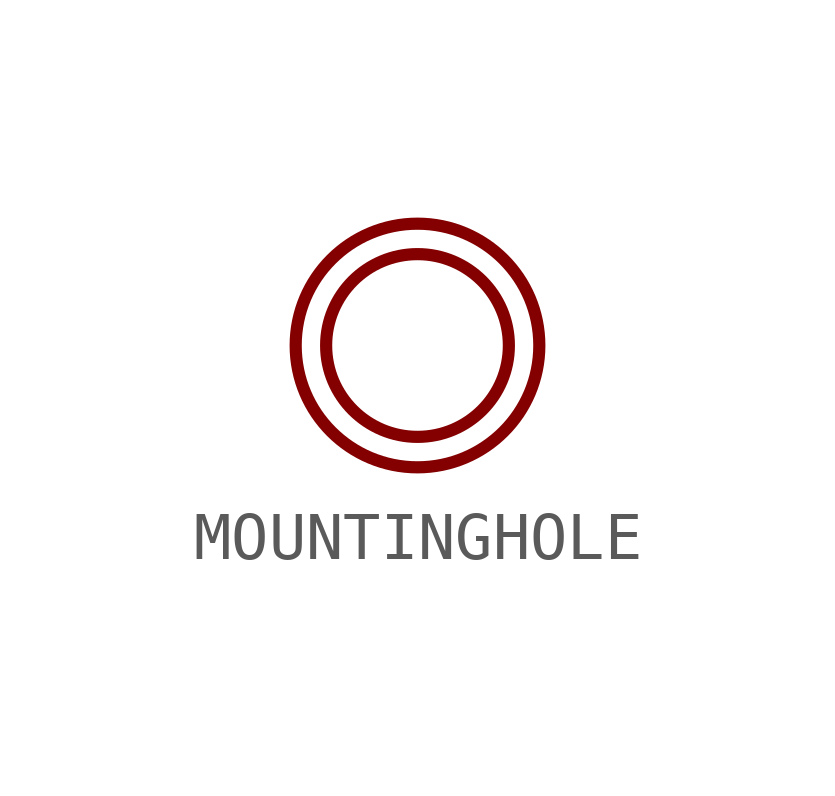
<source format=kicad_sym>
(kicad_symbol_lib
  (version 20211014)
  (generator kicad_symbol_editor)
  (symbol "MOUNTINGHOLE"
    (property "Reference" ""
      (at 0 0 0)
      (effects (font (size 1.27 1.27)) hide))
    (property "ki_locked" ""
      (at 0 0 0)
      (effects (font (size 1.27 1.27))))
    (symbol "MOUNTINGHOLE_1_0"
      (circle (center 0 0) (radius 1.905) (stroke (width 0.254)) (stroke (width 0.254) (type default) (color 0 0 0 0)) (fill (type none)))
      (circle (center 0 0) (radius 2.54) (stroke (width 0.254)) (stroke (width 0.254) (type default) (color 0 0 0 0)) (fill (type none))))))
</source>
